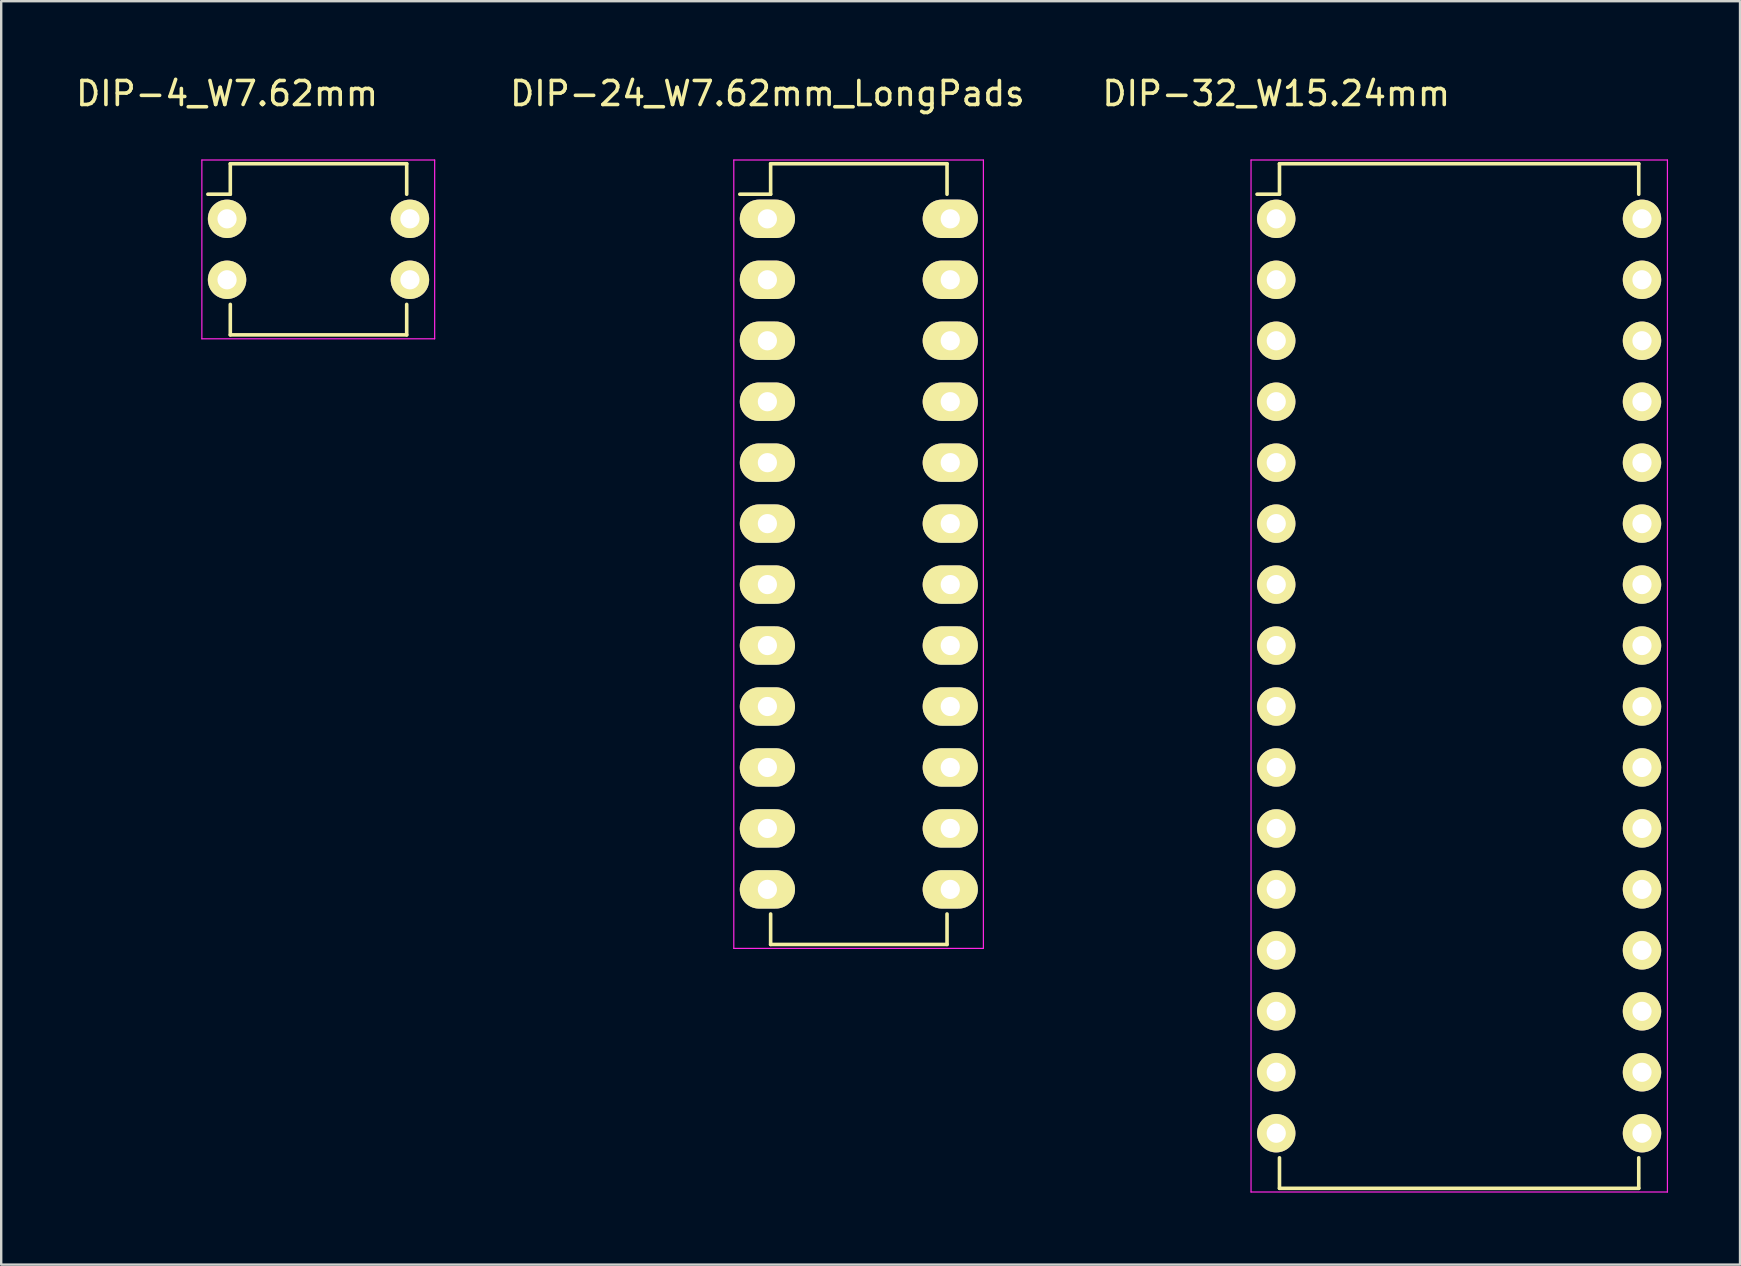
<source format=kicad_pcb>
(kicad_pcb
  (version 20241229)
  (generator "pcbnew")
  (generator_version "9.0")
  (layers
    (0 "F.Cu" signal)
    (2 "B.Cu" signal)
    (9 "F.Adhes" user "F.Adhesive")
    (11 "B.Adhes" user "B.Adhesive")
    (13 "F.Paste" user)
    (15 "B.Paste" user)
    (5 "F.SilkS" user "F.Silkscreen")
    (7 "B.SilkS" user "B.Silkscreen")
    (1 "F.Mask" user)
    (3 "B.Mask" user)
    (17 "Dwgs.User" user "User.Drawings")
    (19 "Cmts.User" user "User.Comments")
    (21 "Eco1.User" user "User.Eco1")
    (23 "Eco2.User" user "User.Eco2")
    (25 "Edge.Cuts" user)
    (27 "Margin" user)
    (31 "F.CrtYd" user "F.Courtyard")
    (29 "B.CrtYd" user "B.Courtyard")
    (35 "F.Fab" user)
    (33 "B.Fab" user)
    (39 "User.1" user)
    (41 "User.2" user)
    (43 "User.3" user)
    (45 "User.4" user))
  (footprint "DIP-32_W15.24mm"
    (layer "F.Cu")
    (at 50.127 6.068)
    (property "Reference" "DIP-32_W15.24mm" (at 0 -5.22 0) (layer "F.SilkS") (effects (font (size 1 1) (thickness 0.15))))
    (attr through_hole)
    (fp_line (start 0.135 -2.295) (end 0.135 -1.025) (stroke (width 0.15) (type solid)) (layer "F.SilkS"))
    (fp_line (start 0.135 -2.295) (end 15.105 -2.295) (stroke (width 0.15) (type solid)) (layer "F.SilkS"))
    (fp_line (start 0.135 -1.025) (end -0.8 -1.025) (stroke (width 0.15) (type solid)) (layer "F.SilkS"))
    (fp_line (start 0.135 40.395) (end 0.135 39.125) (stroke (width 0.15) (type solid)) (layer "F.SilkS"))
    (fp_line (start 0.135 40.395) (end 15.105 40.395) (stroke (width 0.15) (type solid)) (layer "F.SilkS"))
    (fp_line (start 15.105 -2.295) (end 15.105 -1.025) (stroke (width 0.15) (type solid)) (layer "F.SilkS"))
    (fp_line (start 15.105 40.395) (end 15.105 39.125) (stroke (width 0.15) (type solid)) (layer "F.SilkS"))
    (fp_line (start -1.05 -2.45) (end -1.05 40.55) (stroke (width 0.05) (type solid)) (layer "F.CrtYd"))
    (fp_line (start -1.05 -2.45) (end 16.3 -2.45) (stroke (width 0.05) (type solid)) (layer "F.CrtYd"))
    (fp_line (start -1.05 40.55) (end 16.3 40.55) (stroke (width 0.05) (type solid)) (layer "F.CrtYd"))
    (fp_line (start 16.3 -2.45) (end 16.3 40.55) (stroke (width 0.05) (type solid)) (layer "F.CrtYd"))
    (pad "1" thru_hole oval (at 0 0) (size 1.6 1.6) (drill 0.8) (layers "*.Cu" "*.Mask" "F.SilkS"))
    (pad "2" thru_hole oval (at 0 2.54) (size 1.6 1.6) (drill 0.8) (layers "*.Cu" "*.Mask" "F.SilkS"))
    (pad "3" thru_hole oval (at 0 5.08) (size 1.6 1.6) (drill 0.8) (layers "*.Cu" "*.Mask" "F.SilkS"))
    (pad "4" thru_hole oval (at 0 7.62) (size 1.6 1.6) (drill 0.8) (layers "*.Cu" "*.Mask" "F.SilkS"))
    (pad "5" thru_hole oval (at 0 10.16) (size 1.6 1.6) (drill 0.8) (layers "*.Cu" "*.Mask" "F.SilkS"))
    (pad "6" thru_hole oval (at 0 12.7) (size 1.6 1.6) (drill 0.8) (layers "*.Cu" "*.Mask" "F.SilkS"))
    (pad "7" thru_hole oval (at 0 15.24) (size 1.6 1.6) (drill 0.8) (layers "*.Cu" "*.Mask" "F.SilkS"))
    (pad "8" thru_hole oval (at 0 17.78) (size 1.6 1.6) (drill 0.8) (layers "*.Cu" "*.Mask" "F.SilkS"))
    (pad "9" thru_hole oval (at 0 20.32) (size 1.6 1.6) (drill 0.8) (layers "*.Cu" "*.Mask" "F.SilkS"))
    (pad "10" thru_hole oval (at 0 22.86) (size 1.6 1.6) (drill 0.8) (layers "*.Cu" "*.Mask" "F.SilkS"))
    (pad "11" thru_hole oval (at 0 25.4) (size 1.6 1.6) (drill 0.8) (layers "*.Cu" "*.Mask" "F.SilkS"))
    (pad "12" thru_hole oval (at 0 27.94) (size 1.6 1.6) (drill 0.8) (layers "*.Cu" "*.Mask" "F.SilkS"))
    (pad "13" thru_hole oval (at 0 30.48) (size 1.6 1.6) (drill 0.8) (layers "*.Cu" "*.Mask" "F.SilkS"))
    (pad "14" thru_hole oval (at 0 33.02) (size 1.6 1.6) (drill 0.8) (layers "*.Cu" "*.Mask" "F.SilkS"))
    (pad "15" thru_hole oval (at 0 35.56) (size 1.6 1.6) (drill 0.8) (layers "*.Cu" "*.Mask" "F.SilkS"))
    (pad "16" thru_hole oval (at 0 38.1) (size 1.6 1.6) (drill 0.8) (layers "*.Cu" "*.Mask" "F.SilkS"))
    (pad "17" thru_hole oval (at 15.24 38.1) (size 1.6 1.6) (drill 0.8) (layers "*.Cu" "*.Mask" "F.SilkS"))
    (pad "18" thru_hole oval (at 15.24 35.56) (size 1.6 1.6) (drill 0.8) (layers "*.Cu" "*.Mask" "F.SilkS"))
    (pad "19" thru_hole oval (at 15.24 33.02) (size 1.6 1.6) (drill 0.8) (layers "*.Cu" "*.Mask" "F.SilkS"))
    (pad "20" thru_hole oval (at 15.24 30.48) (size 1.6 1.6) (drill 0.8) (layers "*.Cu" "*.Mask" "F.SilkS"))
    (pad "21" thru_hole oval (at 15.24 27.94) (size 1.6 1.6) (drill 0.8) (layers "*.Cu" "*.Mask" "F.SilkS"))
    (pad "22" thru_hole oval (at 15.24 25.4) (size 1.6 1.6) (drill 0.8) (layers "*.Cu" "*.Mask" "F.SilkS"))
    (pad "23" thru_hole oval (at 15.24 22.86) (size 1.6 1.6) (drill 0.8) (layers "*.Cu" "*.Mask" "F.SilkS"))
    (pad "24" thru_hole oval (at 15.24 20.32) (size 1.6 1.6) (drill 0.8) (layers "*.Cu" "*.Mask" "F.SilkS"))
    (pad "25" thru_hole oval (at 15.24 17.78) (size 1.6 1.6) (drill 0.8) (layers "*.Cu" "*.Mask" "F.SilkS"))
    (pad "26" thru_hole oval (at 15.24 15.24) (size 1.6 1.6) (drill 0.8) (layers "*.Cu" "*.Mask" "F.SilkS"))
    (pad "27" thru_hole oval (at 15.24 12.7) (size 1.6 1.6) (drill 0.8) (layers "*.Cu" "*.Mask" "F.SilkS"))
    (pad "28" thru_hole oval (at 15.24 10.16) (size 1.6 1.6) (drill 0.8) (layers "*.Cu" "*.Mask" "F.SilkS"))
    (pad "29" thru_hole oval (at 15.24 7.62) (size 1.6 1.6) (drill 0.8) (layers "*.Cu" "*.Mask" "F.SilkS"))
    (pad "30" thru_hole oval (at 15.24 5.08) (size 1.6 1.6) (drill 0.8) (layers "*.Cu" "*.Mask" "F.SilkS"))
    (pad "31" thru_hole oval (at 15.24 2.54) (size 1.6 1.6) (drill 0.8) (layers "*.Cu" "*.Mask" "F.SilkS"))
    (pad "32" thru_hole oval (at 15.24 0) (size 1.6 1.6) (drill 0.8) (layers "*.Cu" "*.Mask" "F.SilkS")))
  (footprint "DIP-4_W7.62mm"
    (layer "F.Cu")
    (at 6.411 6.068)
    (property "Reference" "DIP-4_W7.62mm" (at 0 -5.22 0) (layer "F.SilkS") (effects (font (size 1 1) (thickness 0.15))))
    (attr through_hole)
    (fp_line (start 0.135 -2.295) (end 0.135 -1.025) (stroke (width 0.15) (type solid)) (layer "F.SilkS"))
    (fp_line (start 0.135 -2.295) (end 7.485 -2.295) (stroke (width 0.15) (type solid)) (layer "F.SilkS"))
    (fp_line (start 0.135 -1.025) (end -0.8 -1.025) (stroke (width 0.15) (type solid)) (layer "F.SilkS"))
    (fp_line (start 0.135 4.835) (end 0.135 3.565) (stroke (width 0.15) (type solid)) (layer "F.SilkS"))
    (fp_line (start 0.135 4.835) (end 7.485 4.835) (stroke (width 0.15) (type solid)) (layer "F.SilkS"))
    (fp_line (start 7.485 -2.295) (end 7.485 -1.025) (stroke (width 0.15) (type solid)) (layer "F.SilkS"))
    (fp_line (start 7.485 4.835) (end 7.485 3.565) (stroke (width 0.15) (type solid)) (layer "F.SilkS"))
    (fp_line (start -1.05 -2.45) (end -1.05 5) (stroke (width 0.05) (type solid)) (layer "F.CrtYd"))
    (fp_line (start -1.05 -2.45) (end 8.65 -2.45) (stroke (width 0.05) (type solid)) (layer "F.CrtYd"))
    (fp_line (start -1.05 5) (end 8.65 5) (stroke (width 0.05) (type solid)) (layer "F.CrtYd"))
    (fp_line (start 8.65 -2.45) (end 8.65 5) (stroke (width 0.05) (type solid)) (layer "F.CrtYd"))
    (pad "1" thru_hole oval (at 0 0) (size 1.6 1.6) (drill 0.8) (layers "*.Cu" "*.Mask" "F.SilkS"))
    (pad "2" thru_hole oval (at 0 2.54) (size 1.6 1.6) (drill 0.8) (layers "*.Cu" "*.Mask" "F.SilkS"))
    (pad "3" thru_hole oval (at 7.62 2.54) (size 1.6 1.6) (drill 0.8) (layers "*.Cu" "*.Mask" "F.SilkS"))
    (pad "4" thru_hole oval (at 7.62 0) (size 1.6 1.6) (drill 0.8) (layers "*.Cu" "*.Mask" "F.SilkS")))
  (footprint "DIP-24_W7.62mm_LongPads"
    (layer "F.Cu")
    (at 28.925 6.068)
    (property "Reference" "DIP-24_W7.62mm_LongPads" (at 0 -5.22 0) (layer "F.SilkS") (effects (font (size 1 1) (thickness 0.15))))
    (attr through_hole)
    (fp_line (start 0.135 -2.295) (end 0.135 -1.025) (stroke (width 0.15) (type solid)) (layer "F.SilkS"))
    (fp_line (start 0.135 -2.295) (end 7.485 -2.295) (stroke (width 0.15) (type solid)) (layer "F.SilkS"))
    (fp_line (start 0.135 -1.025) (end -1.15 -1.025) (stroke (width 0.15) (type solid)) (layer "F.SilkS"))
    (fp_line (start 0.135 30.235) (end 0.135 28.965) (stroke (width 0.15) (type solid)) (layer "F.SilkS"))
    (fp_line (start 0.135 30.235) (end 7.485 30.235) (stroke (width 0.15) (type solid)) (layer "F.SilkS"))
    (fp_line (start 7.485 -2.295) (end 7.485 -1.025) (stroke (width 0.15) (type solid)) (layer "F.SilkS"))
    (fp_line (start 7.485 30.235) (end 7.485 28.965) (stroke (width 0.15) (type solid)) (layer "F.SilkS"))
    (fp_line (start -1.4 -2.45) (end -1.4 30.4) (stroke (width 0.05) (type solid)) (layer "F.CrtYd"))
    (fp_line (start -1.4 -2.45) (end 9 -2.45) (stroke (width 0.05) (type solid)) (layer "F.CrtYd"))
    (fp_line (start -1.4 30.4) (end 9 30.4) (stroke (width 0.05) (type solid)) (layer "F.CrtYd"))
    (fp_line (start 9 -2.45) (end 9 30.4) (stroke (width 0.05) (type solid)) (layer "F.CrtYd"))
    (pad "1" thru_hole oval (at 0 0) (size 2.3 1.6) (drill 0.8) (layers "*.Cu" "*.Mask" "F.SilkS"))
    (pad "2" thru_hole oval (at 0 2.54) (size 2.3 1.6) (drill 0.8) (layers "*.Cu" "*.Mask" "F.SilkS"))
    (pad "3" thru_hole oval (at 0 5.08) (size 2.3 1.6) (drill 0.8) (layers "*.Cu" "*.Mask" "F.SilkS"))
    (pad "4" thru_hole oval (at 0 7.62) (size 2.3 1.6) (drill 0.8) (layers "*.Cu" "*.Mask" "F.SilkS"))
    (pad "5" thru_hole oval (at 0 10.16) (size 2.3 1.6) (drill 0.8) (layers "*.Cu" "*.Mask" "F.SilkS"))
    (pad "6" thru_hole oval (at 0 12.7) (size 2.3 1.6) (drill 0.8) (layers "*.Cu" "*.Mask" "F.SilkS"))
    (pad "7" thru_hole oval (at 0 15.24) (size 2.3 1.6) (drill 0.8) (layers "*.Cu" "*.Mask" "F.SilkS"))
    (pad "8" thru_hole oval (at 0 17.78) (size 2.3 1.6) (drill 0.8) (layers "*.Cu" "*.Mask" "F.SilkS"))
    (pad "9" thru_hole oval (at 0 20.32) (size 2.3 1.6) (drill 0.8) (layers "*.Cu" "*.Mask" "F.SilkS"))
    (pad "10" thru_hole oval (at 0 22.86) (size 2.3 1.6) (drill 0.8) (layers "*.Cu" "*.Mask" "F.SilkS"))
    (pad "11" thru_hole oval (at 0 25.4) (size 2.3 1.6) (drill 0.8) (layers "*.Cu" "*.Mask" "F.SilkS"))
    (pad "12" thru_hole oval (at 0 27.94) (size 2.3 1.6) (drill 0.8) (layers "*.Cu" "*.Mask" "F.SilkS"))
    (pad "13" thru_hole oval (at 7.62 27.94) (size 2.3 1.6) (drill 0.8) (layers "*.Cu" "*.Mask" "F.SilkS"))
    (pad "14" thru_hole oval (at 7.62 25.4) (size 2.3 1.6) (drill 0.8) (layers "*.Cu" "*.Mask" "F.SilkS"))
    (pad "15" thru_hole oval (at 7.62 22.86) (size 2.3 1.6) (drill 0.8) (layers "*.Cu" "*.Mask" "F.SilkS"))
    (pad "16" thru_hole oval (at 7.62 20.32) (size 2.3 1.6) (drill 0.8) (layers "*.Cu" "*.Mask" "F.SilkS"))
    (pad "17" thru_hole oval (at 7.62 17.78) (size 2.3 1.6) (drill 0.8) (layers "*.Cu" "*.Mask" "F.SilkS"))
    (pad "18" thru_hole oval (at 7.62 15.24) (size 2.3 1.6) (drill 0.8) (layers "*.Cu" "*.Mask" "F.SilkS"))
    (pad "19" thru_hole oval (at 7.62 12.7) (size 2.3 1.6) (drill 0.8) (layers "*.Cu" "*.Mask" "F.SilkS"))
    (pad "20" thru_hole oval (at 7.62 10.16) (size 2.3 1.6) (drill 0.8) (layers "*.Cu" "*.Mask" "F.SilkS"))
    (pad "21" thru_hole oval (at 7.62 7.62) (size 2.3 1.6) (drill 0.8) (layers "*.Cu" "*.Mask" "F.SilkS"))
    (pad "22" thru_hole oval (at 7.62 5.08) (size 2.3 1.6) (drill 0.8) (layers "*.Cu" "*.Mask" "F.SilkS"))
    (pad "23" thru_hole oval (at 7.62 2.54) (size 2.3 1.6) (drill 0.8) (layers "*.Cu" "*.Mask" "F.SilkS"))
    (pad "24" thru_hole oval (at 7.62 0) (size 2.3 1.6) (drill 0.8) (layers "*.Cu" "*.Mask" "F.SilkS")))
  (gr_rect
    (start -3 -3)
    (end 69.452 49.643)
    (stroke (width 0.1) (type default))
    (fill no)
    (layer "Edge.Cuts")))
</source>
